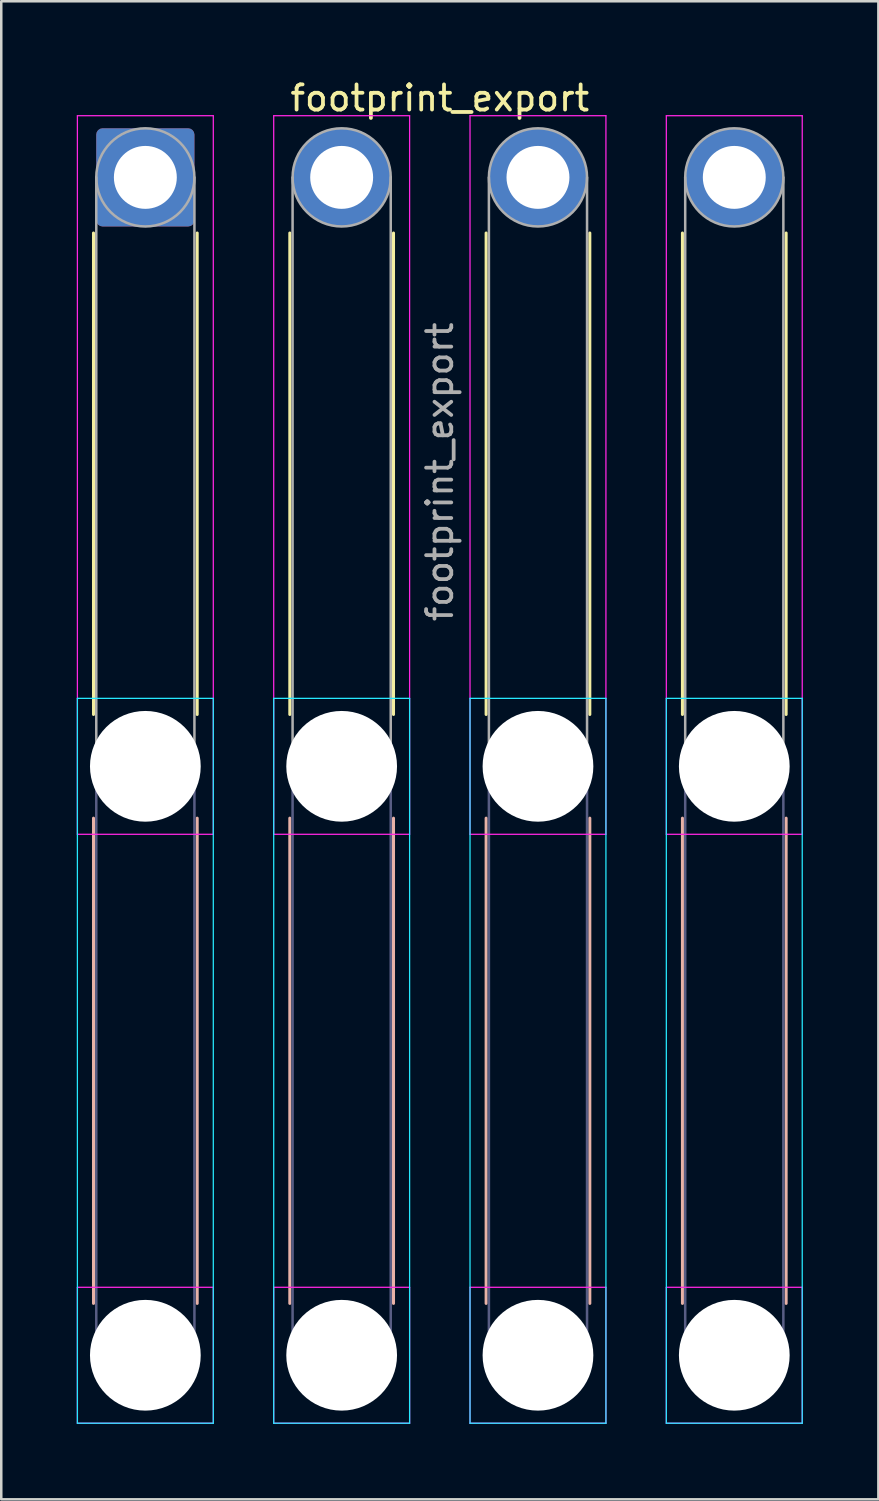
<source format=kicad_pcb>
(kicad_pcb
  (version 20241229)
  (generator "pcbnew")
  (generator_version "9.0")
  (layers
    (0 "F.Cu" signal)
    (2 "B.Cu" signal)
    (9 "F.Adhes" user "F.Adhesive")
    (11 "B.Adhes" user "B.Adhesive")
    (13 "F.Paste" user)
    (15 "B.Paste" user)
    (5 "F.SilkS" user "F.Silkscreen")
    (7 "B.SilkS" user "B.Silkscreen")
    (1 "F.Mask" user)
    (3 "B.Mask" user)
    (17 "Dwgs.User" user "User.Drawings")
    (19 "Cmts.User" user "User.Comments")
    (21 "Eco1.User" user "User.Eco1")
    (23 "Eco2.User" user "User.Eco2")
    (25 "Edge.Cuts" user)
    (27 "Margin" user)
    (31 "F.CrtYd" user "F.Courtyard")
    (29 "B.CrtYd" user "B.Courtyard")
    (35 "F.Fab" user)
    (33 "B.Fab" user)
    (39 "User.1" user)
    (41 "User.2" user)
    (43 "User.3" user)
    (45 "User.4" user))
  (footprint "footprint_export"
    (layer "F.Cu")
    (at 2.725 3.998)
    (property "Reference" "footprint_export" (at 11.7 -3.15 0) (layer "F.SilkS") (effects (font (size 1 1) (thickness 0.15))))
    (attr exclude_from_pos_files exclude_from_bom)
    (fp_line (start -2.06 2.21) (end -2.06 21.34) (stroke (width 0.12) (type solid)) (layer "F.SilkS"))
    (fp_line (start 2.06 2.21) (end 2.06 21.34) (stroke (width 0.12) (type solid)) (layer "F.SilkS"))
    (fp_line (start 5.74 2.21) (end 5.74 21.34) (stroke (width 0.12) (type solid)) (layer "F.SilkS"))
    (fp_line (start 9.86 2.21) (end 9.86 21.34) (stroke (width 0.12) (type solid)) (layer "F.SilkS"))
    (fp_line (start 13.54 2.21) (end 13.54 21.34) (stroke (width 0.12) (type solid)) (layer "F.SilkS"))
    (fp_line (start 17.66 2.21) (end 17.66 21.34) (stroke (width 0.12) (type solid)) (layer "F.SilkS"))
    (fp_line (start 21.34 2.21) (end 21.34 21.34) (stroke (width 0.12) (type solid)) (layer "F.SilkS"))
    (fp_line (start 25.46 2.21) (end 25.46 21.34) (stroke (width 0.12) (type solid)) (layer "F.SilkS"))
    (fp_line (start -2.06 25.46) (end -2.06 44.74) (stroke (width 0.12) (type solid)) (layer "B.SilkS"))
    (fp_line (start 2.06 25.46) (end 2.06 44.74) (stroke (width 0.12) (type solid)) (layer "B.SilkS"))
    (fp_line (start 5.74 25.46) (end 5.74 44.74) (stroke (width 0.12) (type solid)) (layer "B.SilkS"))
    (fp_line (start 9.86 25.46) (end 9.86 44.74) (stroke (width 0.12) (type solid)) (layer "B.SilkS"))
    (fp_line (start 13.54 25.46) (end 13.54 44.74) (stroke (width 0.12) (type solid)) (layer "B.SilkS"))
    (fp_line (start 17.66 25.46) (end 17.66 44.74) (stroke (width 0.12) (type solid)) (layer "B.SilkS"))
    (fp_line (start 21.34 25.46) (end 21.34 44.74) (stroke (width 0.12) (type solid)) (layer "B.SilkS"))
    (fp_line (start 25.46 25.46) (end 25.46 44.74) (stroke (width 0.12) (type solid)) (layer "B.SilkS"))
    (fp_line (start -2.7 20.7) (end -2.7 49.5) (stroke (width 0.05) (type solid)) (layer "B.CrtYd"))
    (fp_line (start -2.7 49.5) (end 2.7 49.5) (stroke (width 0.05) (type solid)) (layer "B.CrtYd"))
    (fp_line (start 2.7 20.7) (end -2.7 20.7) (stroke (width 0.05) (type solid)) (layer "B.CrtYd"))
    (fp_line (start 2.7 49.5) (end 2.7 20.7) (stroke (width 0.05) (type solid)) (layer "B.CrtYd"))
    (fp_line (start 5.1 20.7) (end 5.1 49.5) (stroke (width 0.05) (type solid)) (layer "B.CrtYd"))
    (fp_line (start 5.1 49.5) (end 10.5 49.5) (stroke (width 0.05) (type solid)) (layer "B.CrtYd"))
    (fp_line (start 10.5 20.7) (end 5.1 20.7) (stroke (width 0.05) (type solid)) (layer "B.CrtYd"))
    (fp_line (start 10.5 49.5) (end 10.5 20.7) (stroke (width 0.05) (type solid)) (layer "B.CrtYd"))
    (fp_line (start 12.9 20.7) (end 12.9 49.5) (stroke (width 0.05) (type solid)) (layer "B.CrtYd"))
    (fp_line (start 12.9 49.5) (end 18.3 49.5) (stroke (width 0.05) (type solid)) (layer "B.CrtYd"))
    (fp_line (start 18.3 20.7) (end 12.9 20.7) (stroke (width 0.05) (type solid)) (layer "B.CrtYd"))
    (fp_line (start 18.3 49.5) (end 18.3 20.7) (stroke (width 0.05) (type solid)) (layer "B.CrtYd"))
    (fp_line (start 20.7 20.7) (end 20.7 49.5) (stroke (width 0.05) (type solid)) (layer "B.CrtYd"))
    (fp_line (start 20.7 49.5) (end 26.1 49.5) (stroke (width 0.05) (type solid)) (layer "B.CrtYd"))
    (fp_line (start 26.1 20.7) (end 20.7 20.7) (stroke (width 0.05) (type solid)) (layer "B.CrtYd"))
    (fp_line (start 26.1 49.5) (end 26.1 20.7) (stroke (width 0.05) (type solid)) (layer "B.CrtYd"))
    (fp_line (start -2.7 -2.45) (end -2.7 26.1) (stroke (width 0.05) (type solid)) (layer "F.CrtYd"))
    (fp_line (start -2.7 26.1) (end 2.7 26.1) (stroke (width 0.05) (type solid)) (layer "F.CrtYd"))
    (fp_line (start -2.7 44.1) (end -2.7 49.5) (stroke (width 0.05) (type solid)) (layer "F.CrtYd"))
    (fp_line (start -2.7 49.5) (end 2.7 49.5) (stroke (width 0.05) (type solid)) (layer "F.CrtYd"))
    (fp_line (start 2.7 -2.45) (end -2.7 -2.45) (stroke (width 0.05) (type solid)) (layer "F.CrtYd"))
    (fp_line (start 2.7 26.1) (end 2.7 -2.45) (stroke (width 0.05) (type solid)) (layer "F.CrtYd"))
    (fp_line (start 2.7 44.1) (end -2.7 44.1) (stroke (width 0.05) (type solid)) (layer "F.CrtYd"))
    (fp_line (start 2.7 49.5) (end 2.7 44.1) (stroke (width 0.05) (type solid)) (layer "F.CrtYd"))
    (fp_line (start 5.1 -2.45) (end 5.1 26.1) (stroke (width 0.05) (type solid)) (layer "F.CrtYd"))
    (fp_line (start 5.1 26.1) (end 10.5 26.1) (stroke (width 0.05) (type solid)) (layer "F.CrtYd"))
    (fp_line (start 5.1 44.1) (end 5.1 49.5) (stroke (width 0.05) (type solid)) (layer "F.CrtYd"))
    (fp_line (start 5.1 49.5) (end 10.5 49.5) (stroke (width 0.05) (type solid)) (layer "F.CrtYd"))
    (fp_line (start 10.5 -2.45) (end 5.1 -2.45) (stroke (width 0.05) (type solid)) (layer "F.CrtYd"))
    (fp_line (start 10.5 26.1) (end 10.5 -2.45) (stroke (width 0.05) (type solid)) (layer "F.CrtYd"))
    (fp_line (start 10.5 44.1) (end 5.1 44.1) (stroke (width 0.05) (type solid)) (layer "F.CrtYd"))
    (fp_line (start 10.5 49.5) (end 10.5 44.1) (stroke (width 0.05) (type solid)) (layer "F.CrtYd"))
    (fp_line (start 12.9 -2.45) (end 12.9 26.1) (stroke (width 0.05) (type solid)) (layer "F.CrtYd"))
    (fp_line (start 12.9 26.1) (end 18.3 26.1) (stroke (width 0.05) (type solid)) (layer "F.CrtYd"))
    (fp_line (start 12.9 44.1) (end 12.9 49.5) (stroke (width 0.05) (type solid)) (layer "F.CrtYd"))
    (fp_line (start 12.9 49.5) (end 18.3 49.5) (stroke (width 0.05) (type solid)) (layer "F.CrtYd"))
    (fp_line (start 18.3 -2.45) (end 12.9 -2.45) (stroke (width 0.05) (type solid)) (layer "F.CrtYd"))
    (fp_line (start 18.3 26.1) (end 18.3 -2.45) (stroke (width 0.05) (type solid)) (layer "F.CrtYd"))
    (fp_line (start 18.3 44.1) (end 12.9 44.1) (stroke (width 0.05) (type solid)) (layer "F.CrtYd"))
    (fp_line (start 18.3 49.5) (end 18.3 44.1) (stroke (width 0.05) (type solid)) (layer "F.CrtYd"))
    (fp_line (start 20.7 -2.45) (end 20.7 26.1) (stroke (width 0.05) (type solid)) (layer "F.CrtYd"))
    (fp_line (start 20.7 26.1) (end 26.1 26.1) (stroke (width 0.05) (type solid)) (layer "F.CrtYd"))
    (fp_line (start 20.7 44.1) (end 20.7 49.5) (stroke (width 0.05) (type solid)) (layer "F.CrtYd"))
    (fp_line (start 20.7 49.5) (end 26.1 49.5) (stroke (width 0.05) (type solid)) (layer "F.CrtYd"))
    (fp_line (start 26.1 -2.45) (end 20.7 -2.45) (stroke (width 0.05) (type solid)) (layer "F.CrtYd"))
    (fp_line (start 26.1 26.1) (end 26.1 -2.45) (stroke (width 0.05) (type solid)) (layer "F.CrtYd"))
    (fp_line (start 26.1 44.1) (end 20.7 44.1) (stroke (width 0.05) (type solid)) (layer "F.CrtYd"))
    (fp_line (start 26.1 49.5) (end 26.1 44.1) (stroke (width 0.05) (type solid)) (layer "F.CrtYd"))
    (fp_line (start -1.95 23.4) (end -1.95 46.8) (stroke (width 0.1) (type solid)) (layer "B.Fab"))
    (fp_line (start 1.95 23.4) (end 1.95 46.8) (stroke (width 0.1) (type solid)) (layer "B.Fab"))
    (fp_line (start 5.85 23.4) (end 5.85 46.8) (stroke (width 0.1) (type solid)) (layer "B.Fab"))
    (fp_line (start 9.75 23.4) (end 9.75 46.8) (stroke (width 0.1) (type solid)) (layer "B.Fab"))
    (fp_line (start 13.65 23.4) (end 13.65 46.8) (stroke (width 0.1) (type solid)) (layer "B.Fab"))
    (fp_line (start 17.55 23.4) (end 17.55 46.8) (stroke (width 0.1) (type solid)) (layer "B.Fab"))
    (fp_line (start 21.45 23.4) (end 21.45 46.8) (stroke (width 0.1) (type solid)) (layer "B.Fab"))
    (fp_line (start 25.35 23.4) (end 25.35 46.8) (stroke (width 0.1) (type solid)) (layer "B.Fab"))
    (fp_circle (center 0 23.4) (end 1.95 23.4) (stroke (width 0.1) (type solid)) (fill no) (layer "B.Fab"))
    (fp_circle (center 0 46.8) (end 1.95 46.8) (stroke (width 0.1) (type solid)) (fill no) (layer "B.Fab"))
    (fp_circle (center 7.8 23.4) (end 9.75 23.4) (stroke (width 0.1) (type solid)) (fill no) (layer "B.Fab"))
    (fp_circle (center 7.8 46.8) (end 9.75 46.8) (stroke (width 0.1) (type solid)) (fill no) (layer "B.Fab"))
    (fp_circle (center 15.6 23.4) (end 17.55 23.4) (stroke (width 0.1) (type solid)) (fill no) (layer "B.Fab"))
    (fp_circle (center 15.6 46.8) (end 17.55 46.8) (stroke (width 0.1) (type solid)) (fill no) (layer "B.Fab"))
    (fp_circle (center 23.4 23.4) (end 25.35 23.4) (stroke (width 0.1) (type solid)) (fill no) (layer "B.Fab"))
    (fp_circle (center 23.4 46.8) (end 25.35 46.8) (stroke (width 0.1) (type solid)) (fill no) (layer "B.Fab"))
    (fp_line (start -1.95 0) (end -1.95 23.4) (stroke (width 0.1) (type solid)) (layer "F.Fab"))
    (fp_line (start 1.95 0) (end 1.95 23.4) (stroke (width 0.1) (type solid)) (layer "F.Fab"))
    (fp_line (start 5.85 0) (end 5.85 23.4) (stroke (width 0.1) (type solid)) (layer "F.Fab"))
    (fp_line (start 9.75 0) (end 9.75 23.4) (stroke (width 0.1) (type solid)) (layer "F.Fab"))
    (fp_line (start 13.65 0) (end 13.65 23.4) (stroke (width 0.1) (type solid)) (layer "F.Fab"))
    (fp_line (start 17.55 0) (end 17.55 23.4) (stroke (width 0.1) (type solid)) (layer "F.Fab"))
    (fp_line (start 21.45 0) (end 21.45 23.4) (stroke (width 0.1) (type solid)) (layer "F.Fab"))
    (fp_line (start 25.35 0) (end 25.35 23.4) (stroke (width 0.1) (type solid)) (layer "F.Fab"))
    (fp_circle (center 0 0) (end 1.95 0) (stroke (width 0.1) (type solid)) (fill no) (layer "F.Fab"))
    (fp_circle (center 0 23.4) (end 1.95 23.4) (stroke (width 0.1) (type solid)) (fill no) (layer "F.Fab"))
    (fp_circle (center 0 46.8) (end 1.95 46.8) (stroke (width 0.1) (type solid)) (fill no) (layer "F.Fab"))
    (fp_circle (center 7.8 0) (end 9.75 0) (stroke (width 0.1) (type solid)) (fill no) (layer "F.Fab"))
    (fp_circle (center 7.8 23.4) (end 9.75 23.4) (stroke (width 0.1) (type solid)) (fill no) (layer "F.Fab"))
    (fp_circle (center 7.8 46.8) (end 9.75 46.8) (stroke (width 0.1) (type solid)) (fill no) (layer "F.Fab"))
    (fp_circle (center 15.6 0) (end 17.55 0) (stroke (width 0.1) (type solid)) (fill no) (layer "F.Fab"))
    (fp_circle (center 15.6 23.4) (end 17.55 23.4) (stroke (width 0.1) (type solid)) (fill no) (layer "F.Fab"))
    (fp_circle (center 15.6 46.8) (end 17.55 46.8) (stroke (width 0.1) (type solid)) (fill no) (layer "F.Fab"))
    (fp_circle (center 23.4 0) (end 25.35 0) (stroke (width 0.1) (type solid)) (fill no) (layer "F.Fab"))
    (fp_circle (center 23.4 23.4) (end 25.35 23.4) (stroke (width 0.1) (type solid)) (fill no) (layer "F.Fab"))
    (fp_circle (center 23.4 46.8) (end 25.35 46.8) (stroke (width 0.1) (type solid)) (fill no) (layer "F.Fab"))
    (fp_text user "${REFERENCE}" (at 11.7 11.7 90) (layer "F.Fab") (effects (font (size 1 1) (thickness 0.15))))
    (pad "" np_thru_hole circle (at 0 23.4) (size 4.4 4.4) (drill 4.4) (layers "*.Cu" "*.Mask"))
    (pad "" np_thru_hole circle (at 0 46.8) (size 4.4 4.4) (drill 4.4) (layers "*.Cu" "*.Mask"))
    (pad "" np_thru_hole circle (at 7.8 23.4) (size 4.4 4.4) (drill 4.4) (layers "*.Cu" "*.Mask"))
    (pad "" np_thru_hole circle (at 7.8 46.8) (size 4.4 4.4) (drill 4.4) (layers "*.Cu" "*.Mask"))
    (pad "" np_thru_hole circle (at 15.6 23.4) (size 4.4 4.4) (drill 4.4) (layers "*.Cu" "*.Mask"))
    (pad "" np_thru_hole circle (at 15.6 46.8) (size 4.4 4.4) (drill 4.4) (layers "*.Cu" "*.Mask"))
    (pad "" np_thru_hole circle (at 23.4 23.4) (size 4.4 4.4) (drill 4.4) (layers "*.Cu" "*.Mask"))
    (pad "" np_thru_hole circle (at 23.4 46.8) (size 4.4 4.4) (drill 4.4) (layers "*.Cu" "*.Mask"))
    (pad "1" thru_hole roundrect (at 0 0) (size 3.9 3.9) (drill 2.5) (layers "*.Cu" "*.Mask") (roundrect_rratio 0.064))
    (pad "2" thru_hole circle (at 7.8 0) (size 3.9 3.9) (drill 2.5) (layers "*.Cu" "*.Mask"))
    (pad "3" thru_hole circle (at 15.6 0) (size 3.9 3.9) (drill 2.5) (layers "*.Cu" "*.Mask"))
    (pad "4" thru_hole circle (at 23.4 0) (size 3.9 3.9) (drill 2.5) (layers "*.Cu" "*.Mask")))
  (gr_rect
    (start -3 -3)
    (end 31.85 56.523)
    (stroke (width 0.1) (type default))
    (fill no)
    (layer "Edge.Cuts")))
</source>
